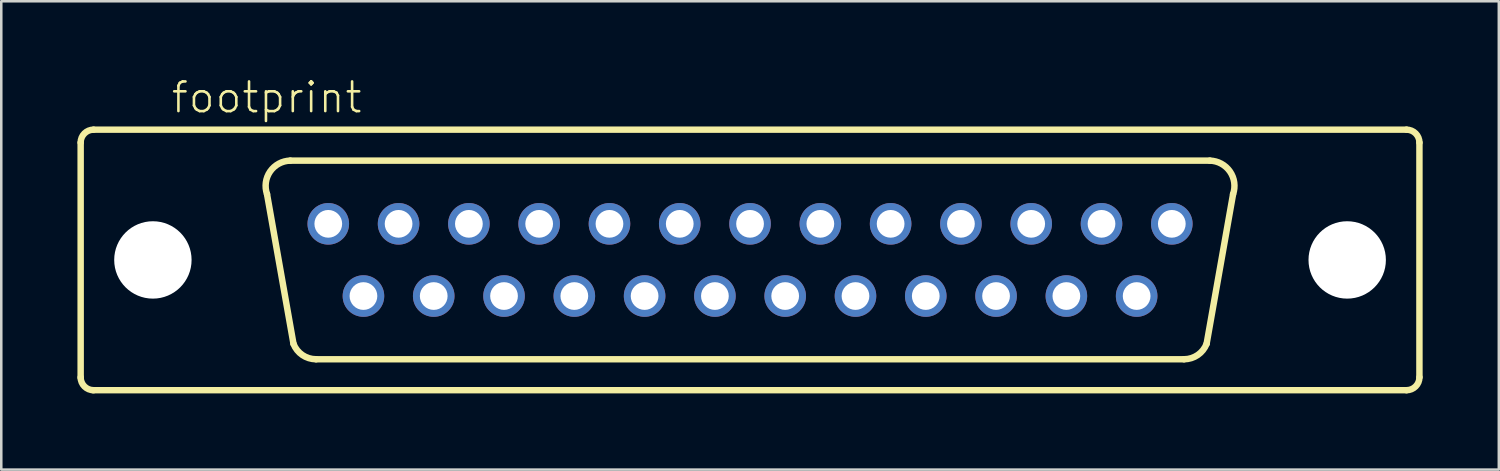
<source format=kicad_pcb>
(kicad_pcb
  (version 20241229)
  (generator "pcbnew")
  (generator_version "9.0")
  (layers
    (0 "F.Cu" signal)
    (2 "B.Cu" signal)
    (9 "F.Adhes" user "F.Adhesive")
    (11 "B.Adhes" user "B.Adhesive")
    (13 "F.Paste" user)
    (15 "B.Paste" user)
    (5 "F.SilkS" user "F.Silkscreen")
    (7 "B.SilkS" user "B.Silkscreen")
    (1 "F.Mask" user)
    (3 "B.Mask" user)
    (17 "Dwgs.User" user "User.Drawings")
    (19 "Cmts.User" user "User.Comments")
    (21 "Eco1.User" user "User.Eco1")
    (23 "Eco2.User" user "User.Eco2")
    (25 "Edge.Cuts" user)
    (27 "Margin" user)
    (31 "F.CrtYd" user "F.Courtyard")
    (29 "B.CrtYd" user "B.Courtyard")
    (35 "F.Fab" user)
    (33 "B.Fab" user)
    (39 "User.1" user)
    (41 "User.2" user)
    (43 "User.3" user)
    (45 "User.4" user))
  (footprint "footprint"
    (layer "F.Cu")
    (at 26.492 7.188)
    (property "Reference" "footprint" (at -22.86 -5.715 0) (layer "F.SilkS") (effects (font (size 1.168 1.168) (thickness 0.102)) (justify left bottom)))
    (fp_line (start -26.365 4.648) (end -26.365 -4.623) (stroke (width 0.254) (type solid)) (layer "F.SilkS"))
    (fp_line (start -25.857 -5.131) (end 25.857 -5.131) (stroke (width 0.254) (type solid)) (layer "F.SilkS"))
    (fp_line (start -17.983 3.302) (end -19.025 -2.591) (stroke (width 0.254) (type solid)) (layer "F.SilkS"))
    (fp_line (start 17.094 3.912) (end -17.094 3.912) (stroke (width 0.254) (type solid)) (layer "F.SilkS"))
    (fp_line (start 17.983 3.302) (end 19.025 -2.591) (stroke (width 0.254) (type solid)) (layer "F.SilkS"))
    (fp_line (start 18.11 -3.912) (end -18.11 -3.912) (stroke (width 0.254) (type solid)) (layer "F.SilkS"))
    (fp_line (start 25.857 5.131) (end -25.883 5.131) (stroke (width 0.254) (type solid)) (layer "F.SilkS"))
    (fp_line (start 26.365 -4.623) (end 26.365 4.623) (stroke (width 0.254) (type solid)) (layer "F.SilkS"))
    (fp_arc (start -26.3652 -4.6228) (mid -26.21641 -4.98201) (end -25.8572 -5.1308) (stroke (width 0.254) (type solid)) (layer "F.SilkS"))
    (fp_arc (start -25.8572 5.1308) (mid -26.21641 4.98201) (end -26.3652 4.6228) (stroke (width 0.254) (type solid)) (layer "F.SilkS"))
    (fp_arc (start -19.0246 -2.5908) (mid -18.902742 -3.483361) (end -18.110198 -3.911601) (stroke (width 0.254) (type solid)) (layer "F.SilkS"))
    (fp_arc (start -17.094199 3.911601) (mid -17.633228 3.744655) (end -17.9832 3.302) (stroke (width 0.254) (type solid)) (layer "F.SilkS"))
    (fp_arc (start 17.983199 3.301999) (mid 17.633228 3.744653) (end 17.0942 3.9116) (stroke (width 0.254) (type solid)) (layer "F.SilkS"))
    (fp_arc (start 18.1102 -3.9116) (mid 18.902743 -3.48336) (end 19.024599 -2.590799) (stroke (width 0.254) (type solid)) (layer "F.SilkS"))
    (fp_arc (start 25.8572 -5.1308) (mid 26.21641 -4.98201) (end 26.3652 -4.6228) (stroke (width 0.254) (type solid)) (layer "F.SilkS"))
    (fp_arc (start 26.3652 4.6228) (mid 26.21641 4.98201) (end 25.8572 5.1308) (stroke (width 0.254) (type solid)) (layer "F.SilkS"))
    (pad "" np_thru_hole circle (at -23.52 0) (size 3.048 3.048) (drill 3.048) (layers "*.Cu" "*.Mask"))
    (pad "" np_thru_hole circle (at 23.52 0) (size 3.048 3.048) (drill 3.048) (layers "*.Cu" "*.Mask"))
    (pad "1" thru_hole circle (at 16.612 -1.422 180) (size 1.638 1.638) (drill 1.092) (layers "*.Cu" "*.Mask"))
    (pad "2" thru_hole circle (at 13.843 -1.422 180) (size 1.638 1.638) (drill 1.092) (layers "*.Cu" "*.Mask"))
    (pad "3" thru_hole circle (at 11.074 -1.422 180) (size 1.638 1.638) (drill 1.092) (layers "*.Cu" "*.Mask"))
    (pad "4" thru_hole circle (at 8.306 -1.422 180) (size 1.638 1.638) (drill 1.092) (layers "*.Cu" "*.Mask"))
    (pad "5" thru_hole circle (at 5.537 -1.422 180) (size 1.638 1.638) (drill 1.092) (layers "*.Cu" "*.Mask"))
    (pad "6" thru_hole circle (at 2.769 -1.422 180) (size 1.638 1.638) (drill 1.092) (layers "*.Cu" "*.Mask"))
    (pad "7" thru_hole circle (at 0 -1.422 180) (size 1.638 1.638) (drill 1.092) (layers "*.Cu" "*.Mask"))
    (pad "8" thru_hole circle (at -2.769 -1.422 180) (size 1.638 1.638) (drill 1.092) (layers "*.Cu" "*.Mask"))
    (pad "9" thru_hole circle (at -5.537 -1.422 180) (size 1.638 1.638) (drill 1.092) (layers "*.Cu" "*.Mask"))
    (pad "10" thru_hole circle (at -8.306 -1.422 180) (size 1.638 1.638) (drill 1.092) (layers "*.Cu" "*.Mask"))
    (pad "11" thru_hole circle (at -11.074 -1.422 180) (size 1.638 1.638) (drill 1.092) (layers "*.Cu" "*.Mask"))
    (pad "12" thru_hole circle (at -13.843 -1.422 180) (size 1.638 1.638) (drill 1.092) (layers "*.Cu" "*.Mask"))
    (pad "13" thru_hole circle (at -16.612 -1.422 180) (size 1.638 1.638) (drill 1.092) (layers "*.Cu" "*.Mask"))
    (pad "14" thru_hole circle (at 15.227 1.422 180) (size 1.638 1.638) (drill 1.092) (layers "*.Cu" "*.Mask"))
    (pad "15" thru_hole circle (at 12.459 1.422 180) (size 1.638 1.638) (drill 1.092) (layers "*.Cu" "*.Mask"))
    (pad "16" thru_hole circle (at 9.69 1.422 180) (size 1.638 1.638) (drill 1.092) (layers "*.Cu" "*.Mask"))
    (pad "17" thru_hole circle (at 6.921 1.422 180) (size 1.638 1.638) (drill 1.092) (layers "*.Cu" "*.Mask"))
    (pad "18" thru_hole circle (at 4.153 1.422 180) (size 1.638 1.638) (drill 1.092) (layers "*.Cu" "*.Mask"))
    (pad "19" thru_hole circle (at 1.384 1.422 180) (size 1.638 1.638) (drill 1.092) (layers "*.Cu" "*.Mask"))
    (pad "20" thru_hole circle (at -1.384 1.422 180) (size 1.638 1.638) (drill 1.092) (layers "*.Cu" "*.Mask"))
    (pad "21" thru_hole circle (at -4.153 1.422 180) (size 1.638 1.638) (drill 1.092) (layers "*.Cu" "*.Mask"))
    (pad "22" thru_hole circle (at -6.921 1.422 180) (size 1.638 1.638) (drill 1.092) (layers "*.Cu" "*.Mask"))
    (pad "23" thru_hole circle (at -9.69 1.422 180) (size 1.638 1.638) (drill 1.092) (layers "*.Cu" "*.Mask"))
    (pad "24" thru_hole circle (at -12.459 1.422 180) (size 1.638 1.638) (drill 1.092) (layers "*.Cu" "*.Mask"))
    (pad "25" thru_hole circle (at -15.227 1.422 180) (size 1.638 1.638) (drill 1.092) (layers "*.Cu" "*.Mask")))
  (gr_rect
    (start -3 -3)
    (end 55.984 15.446)
    (stroke (width 0.1) (type default))
    (fill no)
    (layer "Edge.Cuts")))
</source>
